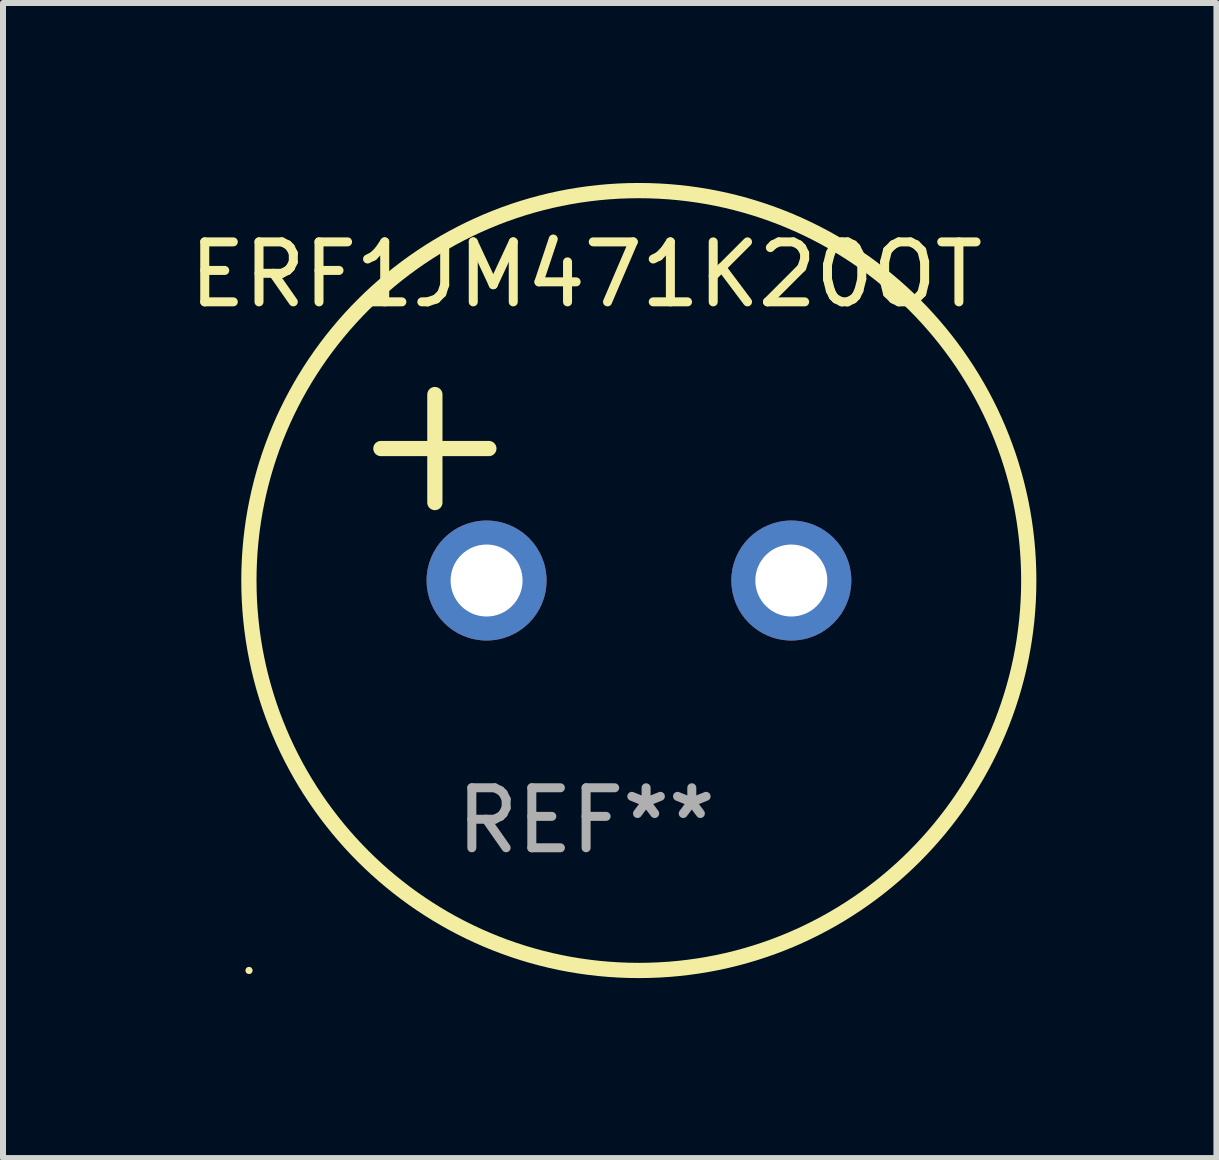
<source format=kicad_pcb>
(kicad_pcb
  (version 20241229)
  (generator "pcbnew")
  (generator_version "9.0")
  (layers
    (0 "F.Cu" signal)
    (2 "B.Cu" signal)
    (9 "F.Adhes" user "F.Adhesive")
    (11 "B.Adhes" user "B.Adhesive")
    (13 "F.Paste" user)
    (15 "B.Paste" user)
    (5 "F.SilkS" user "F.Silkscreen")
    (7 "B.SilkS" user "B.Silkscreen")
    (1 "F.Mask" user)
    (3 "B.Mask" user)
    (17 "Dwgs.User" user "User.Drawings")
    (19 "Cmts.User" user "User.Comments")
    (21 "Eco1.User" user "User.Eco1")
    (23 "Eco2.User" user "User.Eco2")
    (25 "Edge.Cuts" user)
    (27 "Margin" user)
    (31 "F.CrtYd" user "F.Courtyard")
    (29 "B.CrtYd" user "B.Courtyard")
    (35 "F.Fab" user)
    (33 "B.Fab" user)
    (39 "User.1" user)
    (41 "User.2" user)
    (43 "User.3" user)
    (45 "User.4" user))
  (footprint "ERF1JM471K20OT"
    (layer "F.Cu")
    (at 6.72 5.077)
    (property "Reference" "ERF1JM471K20OT" (at 0 -3.55 0) (layer "F.SilkS") (effects (font (size 1 1) (thickness 0.15))))
    (attr through_hole)
    (fp_line (start -3.421 -0.65) (end -1.621 -0.65) (stroke (width 0.254) (type solid)) (layer "F.SilkS"))
    (fp_line (start -2.521 -1.55) (end -2.521 0.25) (stroke (width 0.254) (type solid)) (layer "F.SilkS"))
    (fp_circle (center -5.619 8.05) (end -5.589 8.05) (stroke (width 0.06) (type solid)) (fill no) (layer "F.SilkS"))
    (fp_circle (center 0.879 1.55) (end 7.379 1.55) (stroke (width 0.254) (type solid)) (fill no) (layer "F.SilkS"))
    (fp_text user "REF**" (at 0 5.55 0) (layer "F.Fab") (effects (font (size 1 1) (thickness 0.15))))
    (pad "1" thru_hole circle (at -1.659 1.55) (size 2 2) (drill 1.2) (layers "*.Cu" "*.Mask"))
    (pad "2" thru_hole circle (at 3.421 1.55) (size 2 2) (drill 1.2) (layers "*.Cu" "*.Mask")))
  (gr_rect
    (start -3 -3)
    (end 17.227 16.254)
    (stroke (width 0.1) (type default))
    (fill no)
    (layer "Edge.Cuts")))
</source>
